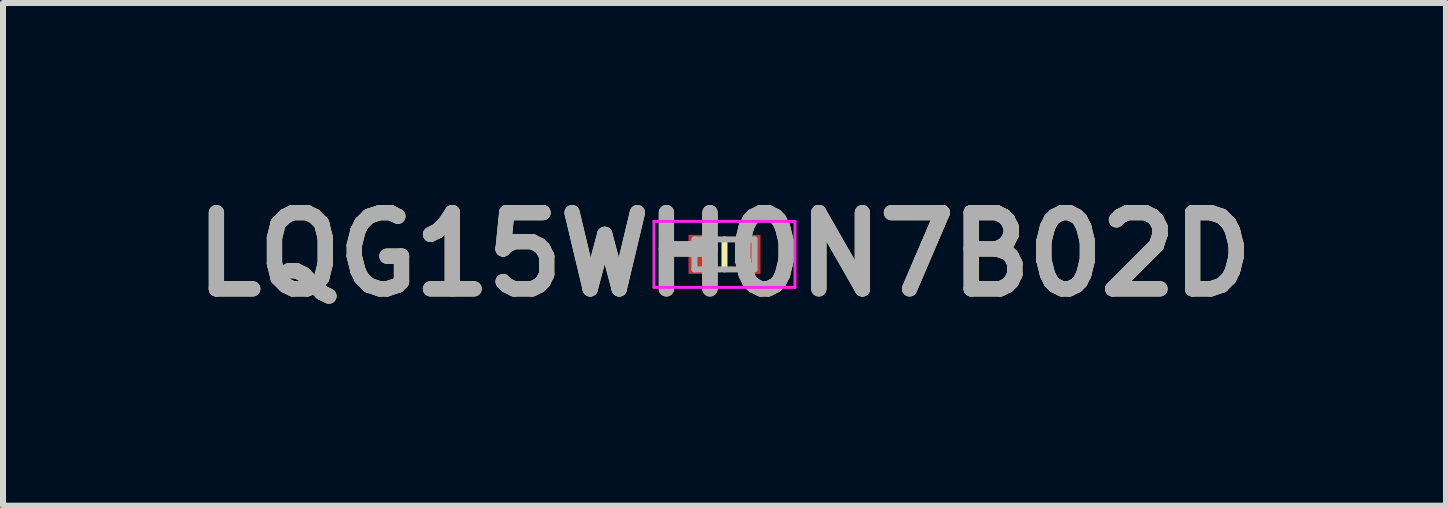
<source format=kicad_pcb>
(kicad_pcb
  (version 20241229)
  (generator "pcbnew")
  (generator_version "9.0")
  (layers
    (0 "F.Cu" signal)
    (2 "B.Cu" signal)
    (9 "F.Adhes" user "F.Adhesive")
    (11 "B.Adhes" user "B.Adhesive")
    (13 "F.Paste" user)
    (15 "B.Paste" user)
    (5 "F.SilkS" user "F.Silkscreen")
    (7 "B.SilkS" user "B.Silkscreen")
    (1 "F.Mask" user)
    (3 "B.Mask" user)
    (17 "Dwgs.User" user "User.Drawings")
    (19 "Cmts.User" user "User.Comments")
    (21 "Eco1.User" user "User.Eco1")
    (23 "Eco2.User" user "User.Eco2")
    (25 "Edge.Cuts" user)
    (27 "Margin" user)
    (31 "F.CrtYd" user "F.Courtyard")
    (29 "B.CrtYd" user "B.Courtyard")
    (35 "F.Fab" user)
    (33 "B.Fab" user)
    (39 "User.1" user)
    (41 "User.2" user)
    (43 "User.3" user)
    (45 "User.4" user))
  (footprint "LQG15WH0N7B02D"
    (layer "F.Cu")
    (at 9.023 1.189)
    (property "Reference" "LQG15WH0N7B02D" (at 0 0 0) (layer "F.SilkS") (effects (font (size 1.27 1.27) (thickness 0.254))))
    (attr smd)
    (fp_line (start 0 -0.25) (end 0 0.25) (stroke (width 0.1) (type solid)) (layer "F.SilkS"))
    (fp_line (start -1.175 -0.55) (end 1.175 -0.55) (stroke (width 0.05) (type solid)) (layer "F.CrtYd"))
    (fp_line (start -1.175 0.55) (end -1.175 -0.55) (stroke (width 0.05) (type solid)) (layer "F.CrtYd"))
    (fp_line (start 1.175 -0.55) (end 1.175 0.55) (stroke (width 0.05) (type solid)) (layer "F.CrtYd"))
    (fp_line (start 1.175 0.55) (end -1.175 0.55) (stroke (width 0.05) (type solid)) (layer "F.CrtYd"))
    (fp_line (start -0.5 -0.25) (end 0.5 -0.25) (stroke (width 0.1) (type solid)) (layer "F.Fab"))
    (fp_line (start -0.5 0.25) (end -0.5 -0.25) (stroke (width 0.1) (type solid)) (layer "F.Fab"))
    (fp_line (start 0.5 -0.25) (end 0.5 0.25) (stroke (width 0.1) (type solid)) (layer "F.Fab"))
    (fp_line (start 0.5 0.25) (end -0.5 0.25) (stroke (width 0.1) (type solid)) (layer "F.Fab"))
    (fp_text user "${REFERENCE}" (at 0 0 0) (layer "F.Fab") (effects (font (size 1.27 1.27) (thickness 0.254))))
    (pad "1" smd rect (at -0.425 0) (size 0.35 0.65) (layers "F.Cu" "F.Mask" "F.Paste"))
    (pad "2" smd rect (at 0.425 0) (size 0.35 0.65) (layers "F.Cu" "F.Mask" "F.Paste")))
  (gr_rect
    (start -3 -3)
    (end 21.046 5.377)
    (stroke (width 0.1) (type default))
    (fill no)
    (layer "Edge.Cuts")))
</source>
